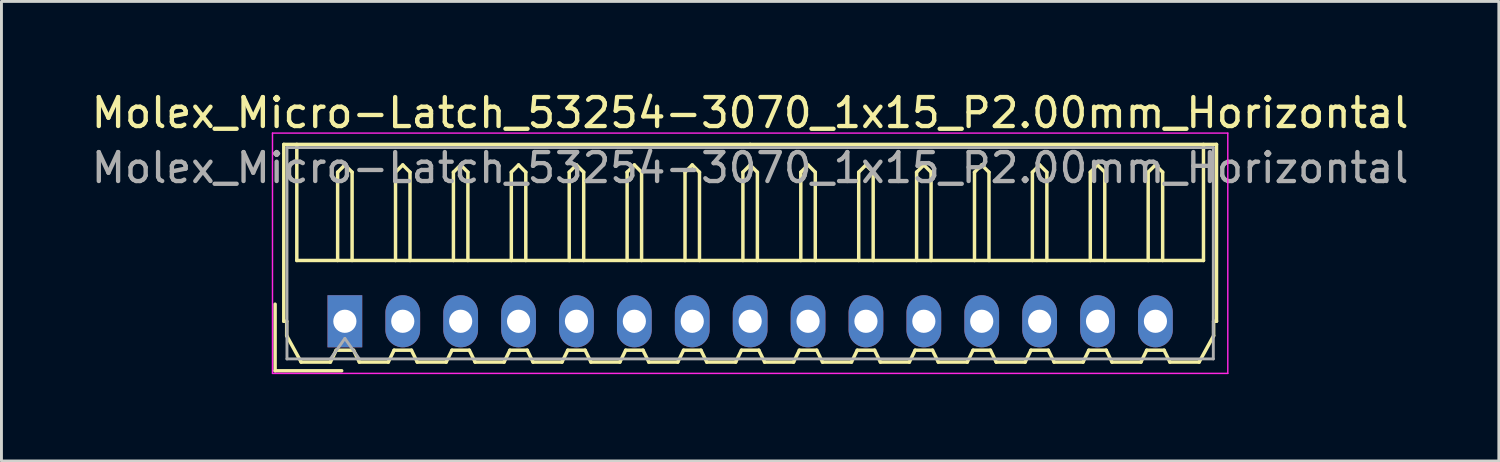
<source format=kicad_pcb>
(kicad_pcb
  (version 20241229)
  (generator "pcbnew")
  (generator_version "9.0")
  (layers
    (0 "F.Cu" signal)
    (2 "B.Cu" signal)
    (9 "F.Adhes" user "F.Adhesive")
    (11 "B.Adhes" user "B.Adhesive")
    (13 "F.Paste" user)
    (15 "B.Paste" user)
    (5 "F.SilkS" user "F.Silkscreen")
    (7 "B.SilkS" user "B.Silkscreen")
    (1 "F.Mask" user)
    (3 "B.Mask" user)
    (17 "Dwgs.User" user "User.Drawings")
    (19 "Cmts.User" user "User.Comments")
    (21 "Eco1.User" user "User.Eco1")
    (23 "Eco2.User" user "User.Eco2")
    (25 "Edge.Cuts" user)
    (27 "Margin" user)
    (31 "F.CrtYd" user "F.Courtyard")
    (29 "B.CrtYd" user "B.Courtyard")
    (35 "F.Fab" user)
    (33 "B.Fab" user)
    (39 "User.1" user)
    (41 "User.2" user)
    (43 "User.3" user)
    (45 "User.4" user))
  (footprint "Molex_Micro-Latch_53254-3070_1x15_P2.00mm_Horizontal"
    (layer "F.Cu")
    (at 8.863 8.048)
    (property "Reference" "Molex_Micro-Latch_53254-3070_1x15_P2.00mm_Horizontal" (at 14 -7.2 0) (layer "F.SilkS") (effects (font (size 1 1) (thickness 0.15))))
    (attr through_hole)
    (fp_line (start -2.41 1.71) (end -2.41 -0.59) (stroke (width 0.12) (type solid)) (layer "F.SilkS"))
    (fp_line (start -2.11 -6.11) (end 14 -6.11) (stroke (width 0.12) (type solid)) (layer "F.SilkS"))
    (fp_line (start -2.11 0) (end -2.11 -6.11) (stroke (width 0.12) (type solid)) (layer "F.SilkS"))
    (fp_line (start -2.01 0) (end -2.11 0) (stroke (width 0.12) (type solid)) (layer "F.SilkS"))
    (fp_line (start -2.01 0.5) (end -2.01 0) (stroke (width 0.12) (type solid)) (layer "F.SilkS"))
    (fp_line (start -1.66 -6.11) (end -1.66 -2.1) (stroke (width 0.12) (type solid)) (layer "F.SilkS"))
    (fp_line (start -1.66 -2.1) (end 29.66 -2.1) (stroke (width 0.12) (type solid)) (layer "F.SilkS"))
    (fp_line (start -1.51 1.41) (end -2.01 0.5) (stroke (width 0.12) (type solid)) (layer "F.SilkS"))
    (fp_line (start -0.5 1.41) (end -1.51 1.41) (stroke (width 0.12) (type solid)) (layer "F.SilkS"))
    (fp_line (start -0.3 1) (end -0.5 1.41) (stroke (width 0.12) (type solid)) (layer "F.SilkS"))
    (fp_line (start -0.3 1) (end 0.3 1) (stroke (width 0.12) (type solid)) (layer "F.SilkS"))
    (fp_line (start -0.25 -5.15) (end 0 -5.4) (stroke (width 0.12) (type solid)) (layer "F.SilkS"))
    (fp_line (start -0.25 -2.1) (end -0.25 -5.15) (stroke (width 0.12) (type solid)) (layer "F.SilkS"))
    (fp_line (start -0.11 1.71) (end -2.41 1.71) (stroke (width 0.12) (type solid)) (layer "F.SilkS"))
    (fp_line (start 0 -5.4) (end 0.25 -5.15) (stroke (width 0.12) (type solid)) (layer "F.SilkS"))
    (fp_line (start 0.25 -5.15) (end 0.25 -2.1) (stroke (width 0.12) (type solid)) (layer "F.SilkS"))
    (fp_line (start 0.3 1) (end 0.5 1.41) (stroke (width 0.12) (type solid)) (layer "F.SilkS"))
    (fp_line (start 0.5 1.41) (end 1.5 1.41) (stroke (width 0.12) (type solid)) (layer "F.SilkS"))
    (fp_line (start 1.5 1.41) (end 1.7 1) (stroke (width 0.12) (type solid)) (layer "F.SilkS"))
    (fp_line (start 1.7 1) (end 2.3 1) (stroke (width 0.12) (type solid)) (layer "F.SilkS"))
    (fp_line (start 1.75 -5.15) (end 2 -5.4) (stroke (width 0.12) (type solid)) (layer "F.SilkS"))
    (fp_line (start 1.75 -2.1) (end 1.75 -5.15) (stroke (width 0.12) (type solid)) (layer "F.SilkS"))
    (fp_line (start 2 -5.4) (end 2.25 -5.15) (stroke (width 0.12) (type solid)) (layer "F.SilkS"))
    (fp_line (start 2.25 -5.15) (end 2.25 -2.1) (stroke (width 0.12) (type solid)) (layer "F.SilkS"))
    (fp_line (start 2.3 1) (end 2.5 1.41) (stroke (width 0.12) (type solid)) (layer "F.SilkS"))
    (fp_line (start 2.5 1.41) (end 3.5 1.41) (stroke (width 0.12) (type solid)) (layer "F.SilkS"))
    (fp_line (start 3.5 1.41) (end 3.7 1) (stroke (width 0.12) (type solid)) (layer "F.SilkS"))
    (fp_line (start 3.7 1) (end 4.3 1) (stroke (width 0.12) (type solid)) (layer "F.SilkS"))
    (fp_line (start 3.75 -5.15) (end 4 -5.4) (stroke (width 0.12) (type solid)) (layer "F.SilkS"))
    (fp_line (start 3.75 -2.1) (end 3.75 -5.15) (stroke (width 0.12) (type solid)) (layer "F.SilkS"))
    (fp_line (start 4 -5.4) (end 4.25 -5.15) (stroke (width 0.12) (type solid)) (layer "F.SilkS"))
    (fp_line (start 4.25 -5.15) (end 4.25 -2.1) (stroke (width 0.12) (type solid)) (layer "F.SilkS"))
    (fp_line (start 4.3 1) (end 4.5 1.41) (stroke (width 0.12) (type solid)) (layer "F.SilkS"))
    (fp_line (start 4.5 1.41) (end 5.5 1.41) (stroke (width 0.12) (type solid)) (layer "F.SilkS"))
    (fp_line (start 5.5 1.41) (end 5.7 1) (stroke (width 0.12) (type solid)) (layer "F.SilkS"))
    (fp_line (start 5.7 1) (end 6.3 1) (stroke (width 0.12) (type solid)) (layer "F.SilkS"))
    (fp_line (start 5.75 -5.15) (end 6 -5.4) (stroke (width 0.12) (type solid)) (layer "F.SilkS"))
    (fp_line (start 5.75 -2.1) (end 5.75 -5.15) (stroke (width 0.12) (type solid)) (layer "F.SilkS"))
    (fp_line (start 6 -5.4) (end 6.25 -5.15) (stroke (width 0.12) (type solid)) (layer "F.SilkS"))
    (fp_line (start 6.25 -5.15) (end 6.25 -2.1) (stroke (width 0.12) (type solid)) (layer "F.SilkS"))
    (fp_line (start 6.3 1) (end 6.5 1.41) (stroke (width 0.12) (type solid)) (layer "F.SilkS"))
    (fp_line (start 6.5 1.41) (end 7.5 1.41) (stroke (width 0.12) (type solid)) (layer "F.SilkS"))
    (fp_line (start 7.5 1.41) (end 7.7 1) (stroke (width 0.12) (type solid)) (layer "F.SilkS"))
    (fp_line (start 7.7 1) (end 8.3 1) (stroke (width 0.12) (type solid)) (layer "F.SilkS"))
    (fp_line (start 7.75 -5.15) (end 8 -5.4) (stroke (width 0.12) (type solid)) (layer "F.SilkS"))
    (fp_line (start 7.75 -2.1) (end 7.75 -5.15) (stroke (width 0.12) (type solid)) (layer "F.SilkS"))
    (fp_line (start 8 -5.4) (end 8.25 -5.15) (stroke (width 0.12) (type solid)) (layer "F.SilkS"))
    (fp_line (start 8.25 -5.15) (end 8.25 -2.1) (stroke (width 0.12) (type solid)) (layer "F.SilkS"))
    (fp_line (start 8.3 1) (end 8.5 1.41) (stroke (width 0.12) (type solid)) (layer "F.SilkS"))
    (fp_line (start 8.5 1.41) (end 9.5 1.41) (stroke (width 0.12) (type solid)) (layer "F.SilkS"))
    (fp_line (start 9.5 1.41) (end 9.7 1) (stroke (width 0.12) (type solid)) (layer "F.SilkS"))
    (fp_line (start 9.7 1) (end 10.3 1) (stroke (width 0.12) (type solid)) (layer "F.SilkS"))
    (fp_line (start 9.75 -5.15) (end 10 -5.4) (stroke (width 0.12) (type solid)) (layer "F.SilkS"))
    (fp_line (start 9.75 -2.1) (end 9.75 -5.15) (stroke (width 0.12) (type solid)) (layer "F.SilkS"))
    (fp_line (start 10 -5.4) (end 10.25 -5.15) (stroke (width 0.12) (type solid)) (layer "F.SilkS"))
    (fp_line (start 10.25 -5.15) (end 10.25 -2.1) (stroke (width 0.12) (type solid)) (layer "F.SilkS"))
    (fp_line (start 10.3 1) (end 10.5 1.41) (stroke (width 0.12) (type solid)) (layer "F.SilkS"))
    (fp_line (start 10.5 1.41) (end 11.5 1.41) (stroke (width 0.12) (type solid)) (layer "F.SilkS"))
    (fp_line (start 11.5 1.41) (end 11.7 1) (stroke (width 0.12) (type solid)) (layer "F.SilkS"))
    (fp_line (start 11.7 1) (end 12.3 1) (stroke (width 0.12) (type solid)) (layer "F.SilkS"))
    (fp_line (start 11.75 -5.15) (end 12 -5.4) (stroke (width 0.12) (type solid)) (layer "F.SilkS"))
    (fp_line (start 11.75 -2.1) (end 11.75 -5.15) (stroke (width 0.12) (type solid)) (layer "F.SilkS"))
    (fp_line (start 12 -5.4) (end 12.25 -5.15) (stroke (width 0.12) (type solid)) (layer "F.SilkS"))
    (fp_line (start 12.25 -5.15) (end 12.25 -2.1) (stroke (width 0.12) (type solid)) (layer "F.SilkS"))
    (fp_line (start 12.3 1) (end 12.5 1.41) (stroke (width 0.12) (type solid)) (layer "F.SilkS"))
    (fp_line (start 12.5 1.41) (end 13.5 1.41) (stroke (width 0.12) (type solid)) (layer "F.SilkS"))
    (fp_line (start 13.5 1.41) (end 13.7 1) (stroke (width 0.12) (type solid)) (layer "F.SilkS"))
    (fp_line (start 13.7 1) (end 14.3 1) (stroke (width 0.12) (type solid)) (layer "F.SilkS"))
    (fp_line (start 13.75 -5.15) (end 14 -5.4) (stroke (width 0.12) (type solid)) (layer "F.SilkS"))
    (fp_line (start 13.75 -2.1) (end 13.75 -5.15) (stroke (width 0.12) (type solid)) (layer "F.SilkS"))
    (fp_line (start 14 -5.4) (end 14.25 -5.15) (stroke (width 0.12) (type solid)) (layer "F.SilkS"))
    (fp_line (start 14.25 -5.15) (end 14.25 -2.1) (stroke (width 0.12) (type solid)) (layer "F.SilkS"))
    (fp_line (start 14.3 1) (end 14.5 1.41) (stroke (width 0.12) (type solid)) (layer "F.SilkS"))
    (fp_line (start 14.5 1.41) (end 15.5 1.41) (stroke (width 0.12) (type solid)) (layer "F.SilkS"))
    (fp_line (start 15.5 1.41) (end 15.7 1) (stroke (width 0.12) (type solid)) (layer "F.SilkS"))
    (fp_line (start 15.7 1) (end 16.3 1) (stroke (width 0.12) (type solid)) (layer "F.SilkS"))
    (fp_line (start 15.75 -5.15) (end 16 -5.4) (stroke (width 0.12) (type solid)) (layer "F.SilkS"))
    (fp_line (start 15.75 -2.1) (end 15.75 -5.15) (stroke (width 0.12) (type solid)) (layer "F.SilkS"))
    (fp_line (start 16 -5.4) (end 16.25 -5.15) (stroke (width 0.12) (type solid)) (layer "F.SilkS"))
    (fp_line (start 16.25 -5.15) (end 16.25 -2.1) (stroke (width 0.12) (type solid)) (layer "F.SilkS"))
    (fp_line (start 16.3 1) (end 16.5 1.41) (stroke (width 0.12) (type solid)) (layer "F.SilkS"))
    (fp_line (start 16.5 1.41) (end 17.5 1.41) (stroke (width 0.12) (type solid)) (layer "F.SilkS"))
    (fp_line (start 17.5 1.41) (end 17.7 1) (stroke (width 0.12) (type solid)) (layer "F.SilkS"))
    (fp_line (start 17.7 1) (end 18.3 1) (stroke (width 0.12) (type solid)) (layer "F.SilkS"))
    (fp_line (start 17.75 -5.15) (end 18 -5.4) (stroke (width 0.12) (type solid)) (layer "F.SilkS"))
    (fp_line (start 17.75 -2.1) (end 17.75 -5.15) (stroke (width 0.12) (type solid)) (layer "F.SilkS"))
    (fp_line (start 18 -5.4) (end 18.25 -5.15) (stroke (width 0.12) (type solid)) (layer "F.SilkS"))
    (fp_line (start 18.25 -5.15) (end 18.25 -2.1) (stroke (width 0.12) (type solid)) (layer "F.SilkS"))
    (fp_line (start 18.3 1) (end 18.5 1.41) (stroke (width 0.12) (type solid)) (layer "F.SilkS"))
    (fp_line (start 18.5 1.41) (end 19.5 1.41) (stroke (width 0.12) (type solid)) (layer "F.SilkS"))
    (fp_line (start 19.5 1.41) (end 19.7 1) (stroke (width 0.12) (type solid)) (layer "F.SilkS"))
    (fp_line (start 19.7 1) (end 20.3 1) (stroke (width 0.12) (type solid)) (layer "F.SilkS"))
    (fp_line (start 19.75 -5.15) (end 20 -5.4) (stroke (width 0.12) (type solid)) (layer "F.SilkS"))
    (fp_line (start 19.75 -2.1) (end 19.75 -5.15) (stroke (width 0.12) (type solid)) (layer "F.SilkS"))
    (fp_line (start 20 -5.4) (end 20.25 -5.15) (stroke (width 0.12) (type solid)) (layer "F.SilkS"))
    (fp_line (start 20.25 -5.15) (end 20.25 -2.1) (stroke (width 0.12) (type solid)) (layer "F.SilkS"))
    (fp_line (start 20.3 1) (end 20.5 1.41) (stroke (width 0.12) (type solid)) (layer "F.SilkS"))
    (fp_line (start 20.5 1.41) (end 21.5 1.41) (stroke (width 0.12) (type solid)) (layer "F.SilkS"))
    (fp_line (start 21.5 1.41) (end 21.7 1) (stroke (width 0.12) (type solid)) (layer "F.SilkS"))
    (fp_line (start 21.7 1) (end 22.3 1) (stroke (width 0.12) (type solid)) (layer "F.SilkS"))
    (fp_line (start 21.75 -5.15) (end 22 -5.4) (stroke (width 0.12) (type solid)) (layer "F.SilkS"))
    (fp_line (start 21.75 -2.1) (end 21.75 -5.15) (stroke (width 0.12) (type solid)) (layer "F.SilkS"))
    (fp_line (start 22 -5.4) (end 22.25 -5.15) (stroke (width 0.12) (type solid)) (layer "F.SilkS"))
    (fp_line (start 22.25 -5.15) (end 22.25 -2.1) (stroke (width 0.12) (type solid)) (layer "F.SilkS"))
    (fp_line (start 22.3 1) (end 22.5 1.41) (stroke (width 0.12) (type solid)) (layer "F.SilkS"))
    (fp_line (start 22.5 1.41) (end 23.5 1.41) (stroke (width 0.12) (type solid)) (layer "F.SilkS"))
    (fp_line (start 23.5 1.41) (end 23.7 1) (stroke (width 0.12) (type solid)) (layer "F.SilkS"))
    (fp_line (start 23.7 1) (end 24.3 1) (stroke (width 0.12) (type solid)) (layer "F.SilkS"))
    (fp_line (start 23.75 -5.15) (end 24 -5.4) (stroke (width 0.12) (type solid)) (layer "F.SilkS"))
    (fp_line (start 23.75 -2.1) (end 23.75 -5.15) (stroke (width 0.12) (type solid)) (layer "F.SilkS"))
    (fp_line (start 24 -5.4) (end 24.25 -5.15) (stroke (width 0.12) (type solid)) (layer "F.SilkS"))
    (fp_line (start 24.25 -5.15) (end 24.25 -2.1) (stroke (width 0.12) (type solid)) (layer "F.SilkS"))
    (fp_line (start 24.3 1) (end 24.5 1.41) (stroke (width 0.12) (type solid)) (layer "F.SilkS"))
    (fp_line (start 24.5 1.41) (end 25.5 1.41) (stroke (width 0.12) (type solid)) (layer "F.SilkS"))
    (fp_line (start 25.5 1.41) (end 25.7 1) (stroke (width 0.12) (type solid)) (layer "F.SilkS"))
    (fp_line (start 25.7 1) (end 26.3 1) (stroke (width 0.12) (type solid)) (layer "F.SilkS"))
    (fp_line (start 25.75 -5.15) (end 26 -5.4) (stroke (width 0.12) (type solid)) (layer "F.SilkS"))
    (fp_line (start 25.75 -2.1) (end 25.75 -5.15) (stroke (width 0.12) (type solid)) (layer "F.SilkS"))
    (fp_line (start 26 -5.4) (end 26.25 -5.15) (stroke (width 0.12) (type solid)) (layer "F.SilkS"))
    (fp_line (start 26.25 -5.15) (end 26.25 -2.1) (stroke (width 0.12) (type solid)) (layer "F.SilkS"))
    (fp_line (start 26.3 1) (end 26.5 1.41) (stroke (width 0.12) (type solid)) (layer "F.SilkS"))
    (fp_line (start 26.5 1.41) (end 27.5 1.41) (stroke (width 0.12) (type solid)) (layer "F.SilkS"))
    (fp_line (start 27.5 1.41) (end 27.7 1) (stroke (width 0.12) (type solid)) (layer "F.SilkS"))
    (fp_line (start 27.7 1) (end 28.3 1) (stroke (width 0.12) (type solid)) (layer "F.SilkS"))
    (fp_line (start 27.75 -5.15) (end 28 -5.4) (stroke (width 0.12) (type solid)) (layer "F.SilkS"))
    (fp_line (start 27.75 -2.1) (end 27.75 -5.15) (stroke (width 0.12) (type solid)) (layer "F.SilkS"))
    (fp_line (start 28 -5.4) (end 28.25 -5.15) (stroke (width 0.12) (type solid)) (layer "F.SilkS"))
    (fp_line (start 28.25 -5.15) (end 28.25 -2.1) (stroke (width 0.12) (type solid)) (layer "F.SilkS"))
    (fp_line (start 28.3 1) (end 28.5 1.41) (stroke (width 0.12) (type solid)) (layer "F.SilkS"))
    (fp_line (start 28.5 1.41) (end 29.51 1.41) (stroke (width 0.12) (type solid)) (layer "F.SilkS"))
    (fp_line (start 29.51 1.41) (end 30.01 0.5) (stroke (width 0.12) (type solid)) (layer "F.SilkS"))
    (fp_line (start 29.66 -2.1) (end 29.66 -6.11) (stroke (width 0.12) (type solid)) (layer "F.SilkS"))
    (fp_line (start 30.01 0) (end 30.11 0) (stroke (width 0.12) (type solid)) (layer "F.SilkS"))
    (fp_line (start 30.01 0.5) (end 30.01 0) (stroke (width 0.12) (type solid)) (layer "F.SilkS"))
    (fp_line (start 30.11 -6.11) (end 14 -6.11) (stroke (width 0.12) (type solid)) (layer "F.SilkS"))
    (fp_line (start 30.11 0) (end 30.11 -6.11) (stroke (width 0.12) (type solid)) (layer "F.SilkS"))
    (fp_line (start -2.5 -6.5) (end -2.5 1.8) (stroke (width 0.05) (type solid)) (layer "F.CrtYd"))
    (fp_line (start -2.5 1.8) (end 30.5 1.8) (stroke (width 0.05) (type solid)) (layer "F.CrtYd"))
    (fp_line (start 30.5 -6.5) (end -2.5 -6.5) (stroke (width 0.05) (type solid)) (layer "F.CrtYd"))
    (fp_line (start 30.5 1.8) (end 30.5 -6.5) (stroke (width 0.05) (type solid)) (layer "F.CrtYd"))
    (fp_line (start -2 -6) (end -2 1.3) (stroke (width 0.1) (type solid)) (layer "F.Fab"))
    (fp_line (start -2 1.3) (end 30 1.3) (stroke (width 0.1) (type solid)) (layer "F.Fab"))
    (fp_line (start -0.5 1.3) (end 0 0.593) (stroke (width 0.1) (type solid)) (layer "F.Fab"))
    (fp_line (start 0 0.593) (end 0.5 1.3) (stroke (width 0.1) (type solid)) (layer "F.Fab"))
    (fp_line (start 30 -6) (end -2 -6) (stroke (width 0.1) (type solid)) (layer "F.Fab"))
    (fp_line (start 30 1.3) (end 30 -6) (stroke (width 0.1) (type solid)) (layer "F.Fab"))
    (fp_text user "${REFERENCE}" (at 14 -5.3 0) (layer "F.Fab") (effects (font (size 1 1) (thickness 0.15))))
    (pad "1" thru_hole rect (at 0 0) (size 1.2 1.8) (drill 0.8) (layers "*.Cu" "*.Mask"))
    (pad "2" thru_hole oval (at 2 0) (size 1.2 1.8) (drill 0.8) (layers "*.Cu" "*.Mask"))
    (pad "3" thru_hole oval (at 4 0) (size 1.2 1.8) (drill 0.8) (layers "*.Cu" "*.Mask"))
    (pad "4" thru_hole oval (at 6 0) (size 1.2 1.8) (drill 0.8) (layers "*.Cu" "*.Mask"))
    (pad "5" thru_hole oval (at 8 0) (size 1.2 1.8) (drill 0.8) (layers "*.Cu" "*.Mask"))
    (pad "6" thru_hole oval (at 10 0) (size 1.2 1.8) (drill 0.8) (layers "*.Cu" "*.Mask"))
    (pad "7" thru_hole oval (at 12 0) (size 1.2 1.8) (drill 0.8) (layers "*.Cu" "*.Mask"))
    (pad "8" thru_hole oval (at 14 0) (size 1.2 1.8) (drill 0.8) (layers "*.Cu" "*.Mask"))
    (pad "9" thru_hole oval (at 16 0) (size 1.2 1.8) (drill 0.8) (layers "*.Cu" "*.Mask"))
    (pad "10" thru_hole oval (at 18 0) (size 1.2 1.8) (drill 0.8) (layers "*.Cu" "*.Mask"))
    (pad "11" thru_hole oval (at 20 0) (size 1.2 1.8) (drill 0.8) (layers "*.Cu" "*.Mask"))
    (pad "12" thru_hole oval (at 22 0) (size 1.2 1.8) (drill 0.8) (layers "*.Cu" "*.Mask"))
    (pad "13" thru_hole oval (at 24 0) (size 1.2 1.8) (drill 0.8) (layers "*.Cu" "*.Mask"))
    (pad "14" thru_hole oval (at 26 0) (size 1.2 1.8) (drill 0.8) (layers "*.Cu" "*.Mask"))
    (pad "15" thru_hole oval (at 28 0) (size 1.2 1.8) (drill 0.8) (layers "*.Cu" "*.Mask")))
  (gr_rect
    (start -3 -3)
    (end 48.726 12.873)
    (stroke (width 0.1) (type default))
    (fill no)
    (layer "Edge.Cuts")))
</source>
